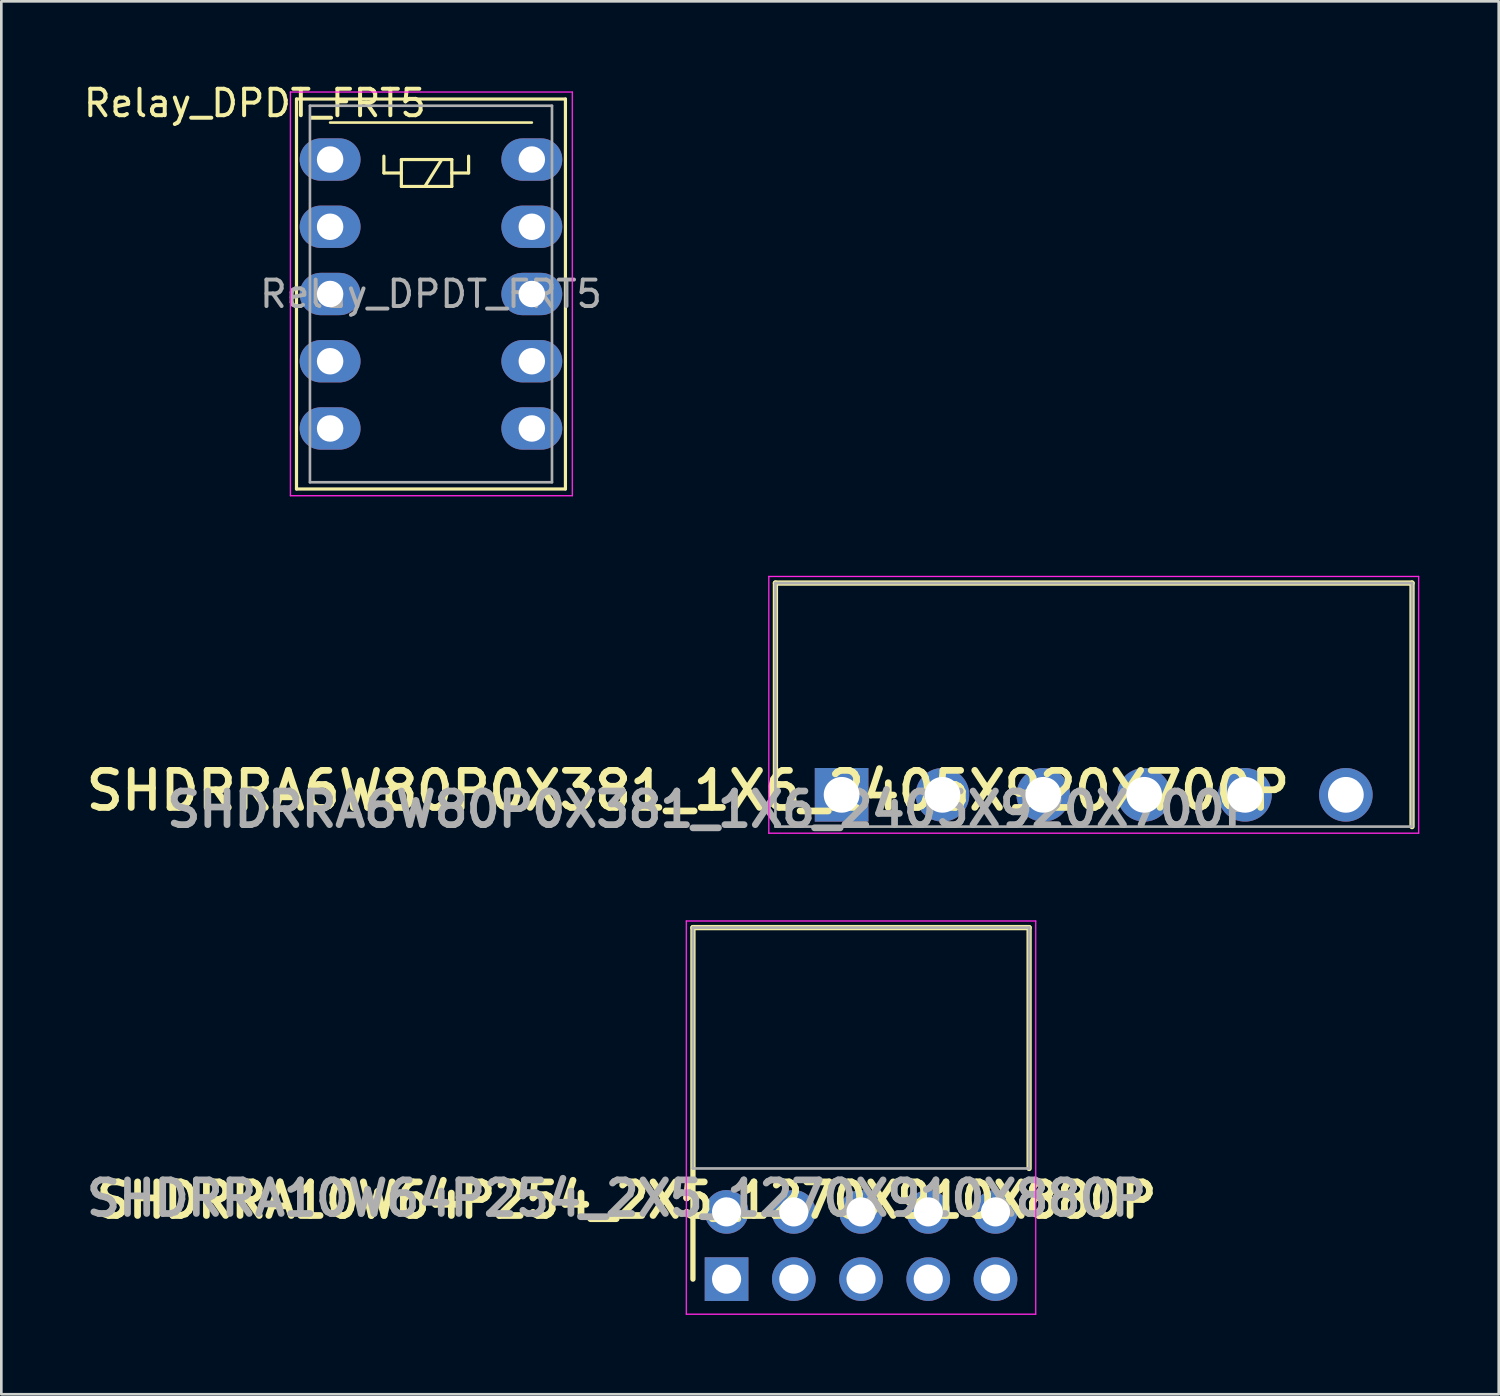
<source format=kicad_pcb>
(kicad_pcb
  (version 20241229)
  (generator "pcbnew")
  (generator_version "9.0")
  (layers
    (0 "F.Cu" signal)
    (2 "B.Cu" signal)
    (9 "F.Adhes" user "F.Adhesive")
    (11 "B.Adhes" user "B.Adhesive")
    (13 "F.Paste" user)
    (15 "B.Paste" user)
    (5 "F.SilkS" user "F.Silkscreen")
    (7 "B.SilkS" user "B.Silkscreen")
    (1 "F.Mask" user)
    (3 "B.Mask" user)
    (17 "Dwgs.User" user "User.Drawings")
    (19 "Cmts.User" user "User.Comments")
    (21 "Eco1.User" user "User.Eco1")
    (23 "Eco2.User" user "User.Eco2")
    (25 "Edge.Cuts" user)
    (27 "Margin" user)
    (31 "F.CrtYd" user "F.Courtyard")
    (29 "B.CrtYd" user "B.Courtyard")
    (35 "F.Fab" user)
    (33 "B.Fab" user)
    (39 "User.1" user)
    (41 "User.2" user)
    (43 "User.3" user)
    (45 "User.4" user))
  (footprint "SHDRRA6W80P0X381_1X6_2405X920X700P"
    (layer "F.Cu")
    (at 28.744 26.977)
    (property "Reference" "SHDRRA6W80P0X381_1X6_2405X920X700P" (at -5.803 -0.159 0) (layer "F.SilkS") (effects (font (size 1.4 1.4) (thickness 0.254))))
    (attr through_hole)
    (fp_line (start -2.5 -8) (end 21.55 -8) (stroke (width 0.2) (type solid)) (layer "F.SilkS"))
    (fp_line (start -2.5 0) (end -2.5 -8) (stroke (width 0.2) (type solid)) (layer "F.SilkS"))
    (fp_line (start 21.55 -8) (end 21.55 1.2) (stroke (width 0.2) (type solid)) (layer "F.SilkS"))
    (fp_line (start -2.75 -8.25) (end -2.75 1.45) (stroke (width 0.05) (type solid)) (layer "F.CrtYd"))
    (fp_line (start -2.75 1.45) (end 21.8 1.45) (stroke (width 0.05) (type solid)) (layer "F.CrtYd"))
    (fp_line (start 21.8 -8.25) (end -2.75 -8.25) (stroke (width 0.05) (type solid)) (layer "F.CrtYd"))
    (fp_line (start 21.8 1.45) (end 21.8 -8.25) (stroke (width 0.05) (type solid)) (layer "F.CrtYd"))
    (fp_line (start -2.5 -8) (end 21.55 -8) (stroke (width 0.1) (type solid)) (layer "F.Fab"))
    (fp_line (start -2.5 1.2) (end -2.5 -8) (stroke (width 0.1) (type solid)) (layer "F.Fab"))
    (fp_line (start 21.55 -8) (end 21.55 1.2) (stroke (width 0.1) (type solid)) (layer "F.Fab"))
    (fp_line (start 21.55 1.2) (end -2.5 1.2) (stroke (width 0.1) (type solid)) (layer "F.Fab"))
    (fp_text user "${REFERENCE}" (at -4.863 0.552 0) (layer "F.Fab") (effects (font (size 1.27 1.27) (thickness 0.254))))
    (pad "1" thru_hole rect (at 0 0) (size 2.025 2.025) (drill 1.35) (layers "*.Cu" "*.Mask"))
    (pad "2" thru_hole circle (at 3.81 0) (size 2.025 2.025) (drill 1.35) (layers "*.Cu" "*.Mask"))
    (pad "3" thru_hole circle (at 7.62 0) (size 2.025 2.025) (drill 1.35) (layers "*.Cu" "*.Mask"))
    (pad "4" thru_hole circle (at 11.43 0) (size 2.025 2.025) (drill 1.35) (layers "*.Cu" "*.Mask"))
    (pad "5" thru_hole circle (at 15.24 0) (size 2.025 2.025) (drill 1.35) (layers "*.Cu" "*.Mask"))
    (pad "6" thru_hole circle (at 19.05 0) (size 2.025 2.025) (drill 1.35) (layers "*.Cu" "*.Mask")))
  (footprint "Relay_DPDT_FRT5"
    (layer "F.Cu")
    (at 9.421 2.977)
    (property "Reference" "Relay_DPDT_FRT5" (at -2.844 -2.129 0) (layer "F.SilkS") (effects (font (size 1 1) (thickness 0.15))))
    (attr through_hole)
    (fp_line (start -1.27 -2.286) (end 8.89 -2.286) (stroke (width 0.12) (type solid)) (layer "F.SilkS"))
    (fp_line (start -1.27 12.446) (end -1.27 -2.286) (stroke (width 0.12) (type solid)) (layer "F.SilkS"))
    (fp_line (start 0 -1.397) (end 7.62 -1.397) (stroke (width 0.1) (type solid)) (layer "F.SilkS"))
    (fp_line (start 2.032 -0.127) (end 2.032 0.508) (stroke (width 0.12) (type solid)) (layer "F.SilkS"))
    (fp_line (start 2.032 0.508) (end 2.692 0.508) (stroke (width 0.12) (type solid)) (layer "F.SilkS"))
    (fp_line (start 2.692 0) (end 2.692 1.016) (stroke (width 0.12) (type solid)) (layer "F.SilkS"))
    (fp_line (start 2.692 1.016) (end 4.597 1.016) (stroke (width 0.12) (type solid)) (layer "F.SilkS"))
    (fp_line (start 4.216 0) (end 3.581 1.016) (stroke (width 0.12) (type solid)) (layer "F.SilkS"))
    (fp_line (start 4.597 0) (end 2.692 0) (stroke (width 0.12) (type solid)) (layer "F.SilkS"))
    (fp_line (start 4.597 0) (end 4.597 1.016) (stroke (width 0.12) (type solid)) (layer "F.SilkS"))
    (fp_line (start 5.232 -0.127) (end 5.232 0.508) (stroke (width 0.12) (type solid)) (layer "F.SilkS"))
    (fp_line (start 5.232 0.508) (end 4.597 0.508) (stroke (width 0.12) (type solid)) (layer "F.SilkS"))
    (fp_line (start 8.89 -2.286) (end 8.89 12.446) (stroke (width 0.12) (type solid)) (layer "F.SilkS"))
    (fp_line (start 8.89 12.446) (end -1.27 12.446) (stroke (width 0.12) (type solid)) (layer "F.SilkS"))
    (fp_line (start -1.5 -2.55) (end 9.15 -2.55) (stroke (width 0.05) (type solid)) (layer "F.CrtYd"))
    (fp_line (start -1.5 12.7) (end -1.5 -2.55) (stroke (width 0.05) (type solid)) (layer "F.CrtYd"))
    (fp_line (start 9.15 -2.55) (end 9.15 12.7) (stroke (width 0.05) (type solid)) (layer "F.CrtYd"))
    (fp_line (start 9.15 12.7) (end -1.5 12.7) (stroke (width 0.05) (type solid)) (layer "F.CrtYd"))
    (fp_line (start -0.762 -2.032) (end 8.382 -2.032) (stroke (width 0.1) (type solid)) (layer "F.Fab"))
    (fp_line (start -0.762 12.192) (end -0.762 -2.032) (stroke (width 0.1) (type solid)) (layer "F.Fab"))
    (fp_line (start 8.382 -2.032) (end 8.382 12.192) (stroke (width 0.1) (type solid)) (layer "F.Fab"))
    (fp_line (start 8.382 12.192) (end -0.762 12.192) (stroke (width 0.1) (type solid)) (layer "F.Fab"))
    (fp_text user "${REFERENCE}" (at 3.81 5.08 0) (layer "F.Fab") (effects (font (size 1 1) (thickness 0.15))))
    (pad "1" thru_hole oval (at 0 0) (size 2.3 1.6) (drill 1) (layers "*.Cu" "*.Mask"))
    (pad "2" thru_hole oval (at 0 2.54) (size 2.3 1.6) (drill 1) (layers "*.Cu" "*.Mask"))
    (pad "3" thru_hole oval (at 0 5.08) (size 2.3 1.6) (drill 1) (layers "*.Cu" "*.Mask"))
    (pad "4" thru_hole oval (at 0 7.62) (size 2.3 1.6) (drill 1) (layers "*.Cu" "*.Mask"))
    (pad "5" thru_hole oval (at 0 10.16) (size 2.3 1.6) (drill 1) (layers "*.Cu" "*.Mask"))
    (pad "6" thru_hole oval (at 7.62 10.16) (size 2.3 1.6) (drill 1) (layers "*.Cu" "*.Mask"))
    (pad "7" thru_hole oval (at 7.62 7.62) (size 2.3 1.6) (drill 1) (layers "*.Cu" "*.Mask"))
    (pad "8" thru_hole oval (at 7.62 5.08) (size 2.3 1.6) (drill 1) (layers "*.Cu" "*.Mask"))
    (pad "9" thru_hole oval (at 7.62 2.54) (size 2.3 1.6) (drill 1) (layers "*.Cu" "*.Mask"))
    (pad "10" thru_hole oval (at 7.62 0) (size 2.3 1.6) (drill 1) (layers "*.Cu" "*.Mask")))
  (footprint "SHDRRA10W64P254_2X5_1270X910X880P"
    (layer "F.Cu")
    (at 24.398 45.273)
    (property "Reference" "SHDRRA10W64P254_2X5_1270X910X880P" (at -3.775 -2.978 0) (layer "F.SilkS") (effects (font (size 1.27 1.27) (thickness 0.254))))
    (attr through_hole)
    (fp_line (start -1.27 -13.28) (end 11.43 -13.28) (stroke (width 0.2) (type solid)) (layer "F.SilkS"))
    (fp_line (start -1.27 0) (end -1.27 -13.28) (stroke (width 0.2) (type solid)) (layer "F.SilkS"))
    (fp_line (start 11.43 -13.28) (end 11.43 -4.18) (stroke (width 0.2) (type solid)) (layer "F.SilkS"))
    (fp_line (start -1.52 -13.53) (end -1.52 1.325) (stroke (width 0.05) (type solid)) (layer "F.CrtYd"))
    (fp_line (start -1.52 1.325) (end 11.68 1.325) (stroke (width 0.05) (type solid)) (layer "F.CrtYd"))
    (fp_line (start 11.68 -13.53) (end -1.52 -13.53) (stroke (width 0.05) (type solid)) (layer "F.CrtYd"))
    (fp_line (start 11.68 1.325) (end 11.68 -13.53) (stroke (width 0.05) (type solid)) (layer "F.CrtYd"))
    (fp_line (start -1.27 -13.28) (end 11.43 -13.28) (stroke (width 0.1) (type solid)) (layer "F.Fab"))
    (fp_line (start -1.27 -4.18) (end -1.27 -13.28) (stroke (width 0.1) (type solid)) (layer "F.Fab"))
    (fp_line (start 11.43 -13.28) (end 11.43 -4.18) (stroke (width 0.1) (type solid)) (layer "F.Fab"))
    (fp_line (start 11.43 -4.18) (end -1.27 -4.18) (stroke (width 0.1) (type solid)) (layer "F.Fab"))
    (fp_text user "${REFERENCE}" (at -4.156 -3.054 0) (layer "F.Fab") (effects (font (size 1.27 1.27) (thickness 0.254))))
    (pad "1" thru_hole rect (at 0 0) (size 1.65 1.65) (drill 1.1) (layers "*.Cu" "*.Mask"))
    (pad "2" thru_hole circle (at 0 -2.54) (size 1.65 1.65) (drill 1.1) (layers "*.Cu" "*.Mask"))
    (pad "3" thru_hole circle (at 2.54 0) (size 1.65 1.65) (drill 1.1) (layers "*.Cu" "*.Mask"))
    (pad "4" thru_hole circle (at 2.54 -2.54) (size 1.65 1.65) (drill 1.1) (layers "*.Cu" "*.Mask"))
    (pad "5" thru_hole circle (at 5.08 0) (size 1.65 1.65) (drill 1.1) (layers "*.Cu" "*.Mask"))
    (pad "6" thru_hole circle (at 5.08 -2.54) (size 1.65 1.65) (drill 1.1) (layers "*.Cu" "*.Mask"))
    (pad "7" thru_hole circle (at 7.62 0) (size 1.65 1.65) (drill 1.1) (layers "*.Cu" "*.Mask"))
    (pad "8" thru_hole circle (at 7.62 -2.54) (size 1.65 1.65) (drill 1.1) (layers "*.Cu" "*.Mask"))
    (pad "9" thru_hole circle (at 10.16 0) (size 1.65 1.65) (drill 1.1) (layers "*.Cu" "*.Mask"))
    (pad "10" thru_hole circle (at 10.16 -2.54) (size 1.65 1.65) (drill 1.1) (layers "*.Cu" "*.Mask")))
  (gr_rect
    (start -3 -3)
    (end 53.569 49.623)
    (stroke (width 0.1) (type default))
    (fill no)
    (layer "Edge.Cuts")))
</source>
